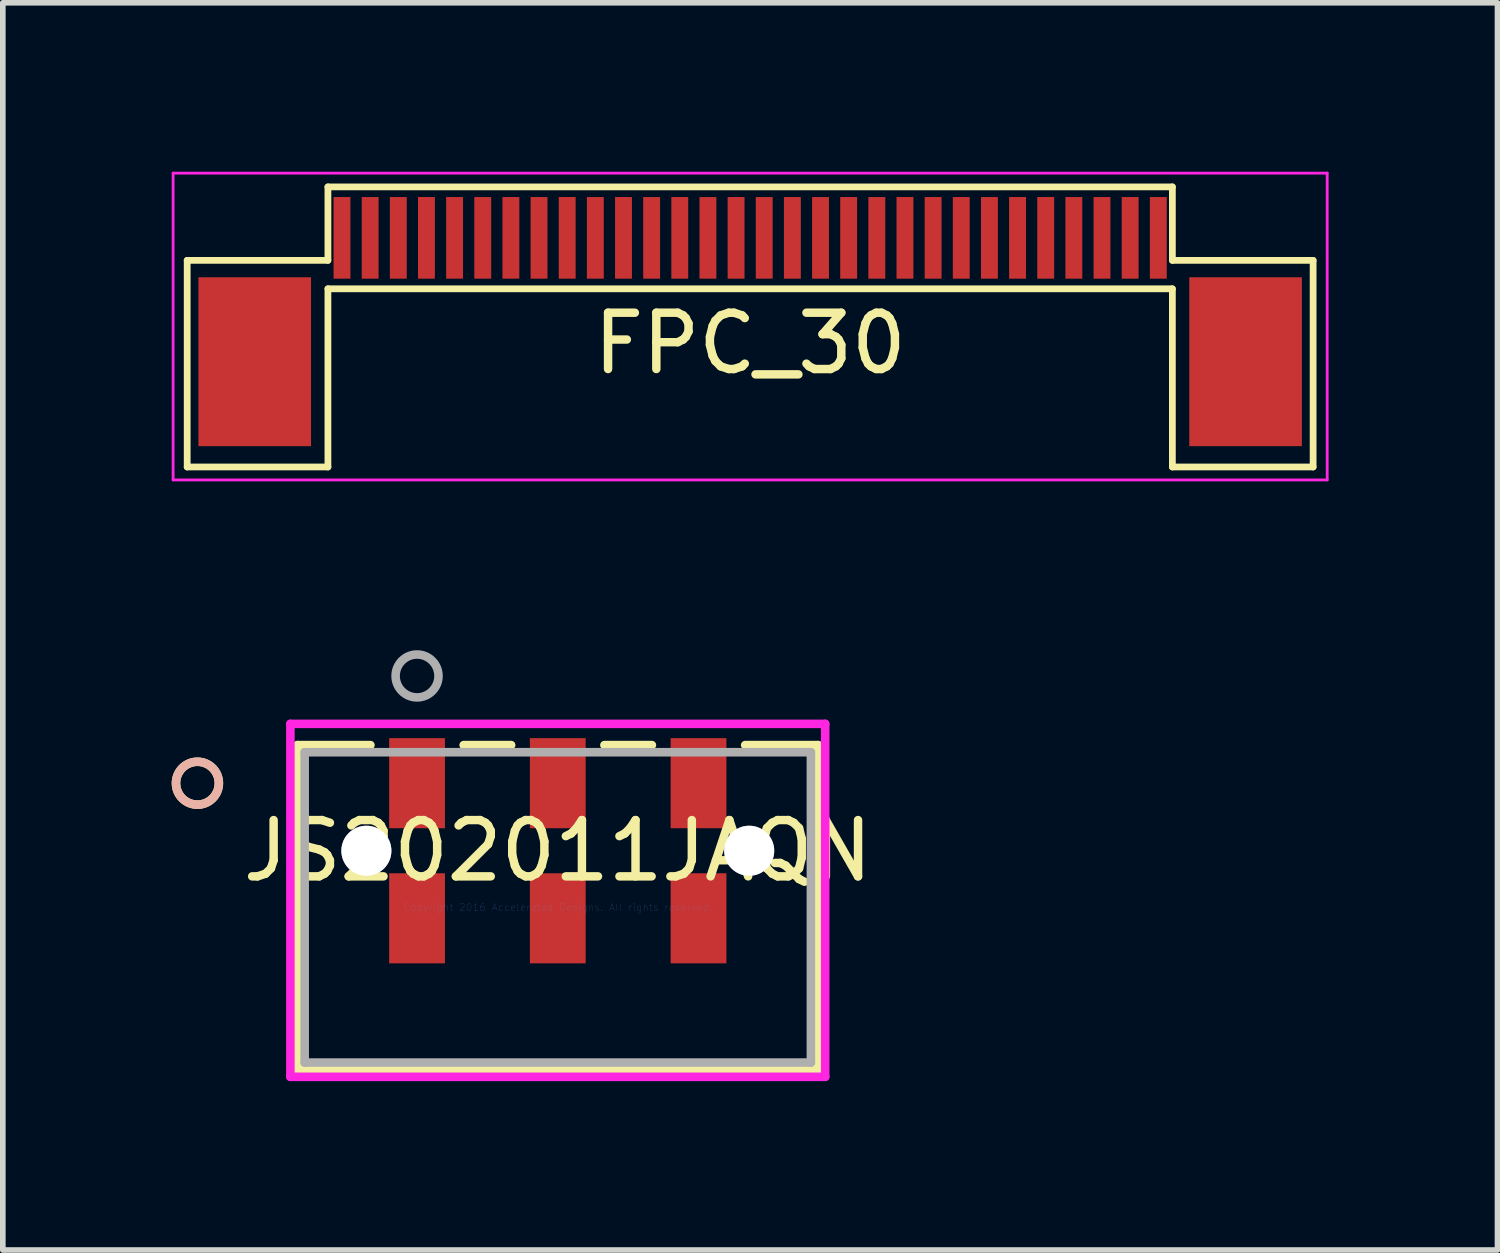
<source format=kicad_pcb>
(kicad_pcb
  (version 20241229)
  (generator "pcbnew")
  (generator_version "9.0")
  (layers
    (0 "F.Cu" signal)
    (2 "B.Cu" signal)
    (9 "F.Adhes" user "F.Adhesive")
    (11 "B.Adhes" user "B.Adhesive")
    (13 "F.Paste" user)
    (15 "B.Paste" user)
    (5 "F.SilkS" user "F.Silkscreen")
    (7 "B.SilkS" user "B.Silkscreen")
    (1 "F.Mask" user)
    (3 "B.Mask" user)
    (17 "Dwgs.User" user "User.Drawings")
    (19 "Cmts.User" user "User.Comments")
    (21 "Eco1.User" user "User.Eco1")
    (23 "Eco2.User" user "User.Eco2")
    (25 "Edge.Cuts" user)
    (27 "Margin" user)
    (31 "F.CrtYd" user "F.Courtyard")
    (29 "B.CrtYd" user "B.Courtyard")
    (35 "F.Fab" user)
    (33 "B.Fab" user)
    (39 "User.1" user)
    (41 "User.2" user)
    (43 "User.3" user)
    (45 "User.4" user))
  (footprint "JS202011JAQN"
    (layer "F.Cu")
    (at 6.858 13.068)
    (property "Reference" "JS202011JAQN" (at 0 -1.006 0) (layer "F.SilkS") (effects (font (size 1 1) (thickness 0.15))))
    (attr through_hole)
    (fp_line (start -4.623 -2.883) (end -4.623 2.883) (stroke (width 0.152) (type solid)) (layer "F.SilkS"))
    (fp_line (start -4.623 2.883) (end 4.623 2.883) (stroke (width 0.152) (type solid)) (layer "F.SilkS"))
    (fp_line (start -3.328 -2.883) (end -4.623 -2.883) (stroke (width 0.152) (type solid)) (layer "F.SilkS"))
    (fp_line (start -0.828 -2.883) (end -1.672 -2.883) (stroke (width 0.152) (type solid)) (layer "F.SilkS"))
    (fp_line (start 1.672 -2.883) (end 0.828 -2.883) (stroke (width 0.152) (type solid)) (layer "F.SilkS"))
    (fp_line (start 4.623 -2.883) (end 3.328 -2.883) (stroke (width 0.152) (type solid)) (layer "F.SilkS"))
    (fp_line (start 4.623 2.883) (end 4.623 -2.883) (stroke (width 0.152) (type solid)) (layer "F.SilkS"))
    (fp_circle (center -6.401 -2.206) (end -6.02 -2.206) (stroke (width 0.152) (type solid)) (fill no) (layer "F.SilkS"))
    (fp_circle (center -6.401 -2.206) (end -6.02 -2.206) (stroke (width 0.152) (type solid)) (fill no) (layer "B.SilkS"))
    (fp_line (start -4.75 -3.26) (end -4.75 3.01) (stroke (width 0.152) (type solid)) (layer "F.CrtYd"))
    (fp_line (start -4.75 3.01) (end 4.75 3.01) (stroke (width 0.152) (type solid)) (layer "F.CrtYd"))
    (fp_line (start 4.75 -3.26) (end -4.75 -3.26) (stroke (width 0.152) (type solid)) (layer "F.CrtYd"))
    (fp_line (start 4.75 3.01) (end 4.75 -3.26) (stroke (width 0.152) (type solid)) (layer "F.CrtYd"))
    (fp_line (start -4.496 -2.756) (end -4.496 2.756) (stroke (width 0.152) (type solid)) (layer "F.Fab"))
    (fp_line (start -4.496 2.756) (end 4.496 2.756) (stroke (width 0.152) (type solid)) (layer "F.Fab"))
    (fp_line (start 4.496 -2.756) (end -4.496 -2.756) (stroke (width 0.152) (type solid)) (layer "F.Fab"))
    (fp_line (start 4.496 2.756) (end 4.496 -2.756) (stroke (width 0.152) (type solid)) (layer "F.Fab"))
    (fp_circle (center -2.5 -4.111) (end -2.119 -4.111) (stroke (width 0.152) (type solid)) (fill no) (layer "F.Fab"))
    (fp_text user "Copyright 2016 Accelerated Designs. All rights reserved." (at 0 0 0) (layer "Cmts.User") (effects (font (size 0.127 0.127) (thickness 0.002))))
    (pad "1" smd rect (at -2.5 -2.206) (size 0.991 1.6) (layers "F.Cu" "F.Mask" "F.Paste"))
    (pad "2" smd rect (at 0 -2.206) (size 0.991 1.6) (layers "F.Cu" "F.Mask" "F.Paste"))
    (pad "3" smd rect (at 2.5 -2.206) (size 0.991 1.6) (layers "F.Cu" "F.Mask" "F.Paste"))
    (pad "5" smd rect (at -2.5 0.194) (size 0.991 1.6) (layers "F.Cu" "F.Mask" "F.Paste"))
    (pad "6" smd rect (at 0 0.194) (size 0.991 1.6) (layers "F.Cu" "F.Mask" "F.Paste"))
    (pad "7" smd rect (at 2.5 0.194) (size 0.991 1.6) (layers "F.Cu" "F.Mask" "F.Paste"))
    (pad "M1" thru_hole circle (at -3.4 -1.006) (size 0.889 0.889) (drill 0.889) (layers "*.Cu" "*.Mask"))
    (pad "M2" thru_hole circle (at 3.4 -1.006) (size 0.889 0.889) (drill 0.889) (layers "*.Cu" "*.Mask")))
  (footprint "FPC_30"
    (layer "F.Cu")
    (at 10.275 1.175)
    (property "Reference" "FPC_30" (at 0 1.875 0) (layer "F.SilkS") (effects (font (size 1 1) (thickness 0.15))))
    (attr smd)
    (fp_line (start -10 0.4) (end -7.5 0.4) (stroke (width 0.12) (type default)) (layer "F.SilkS"))
    (fp_line (start -10 4.07) (end -10 0.4) (stroke (width 0.12) (type default)) (layer "F.SilkS"))
    (fp_line (start -7.5 -0.905) (end 7.5 -0.905) (stroke (width 0.12) (type default)) (layer "F.SilkS"))
    (fp_line (start -7.5 0.4) (end -7.5 -0.905) (stroke (width 0.12) (type default)) (layer "F.SilkS"))
    (fp_line (start -7.5 0.905) (end -7.5 4.07) (stroke (width 0.12) (type default)) (layer "F.SilkS"))
    (fp_line (start -7.5 0.905) (end 7.5 0.905) (stroke (width 0.12) (type default)) (layer "F.SilkS"))
    (fp_line (start -7.5 4.07) (end -10 4.07) (stroke (width 0.12) (type default)) (layer "F.SilkS"))
    (fp_line (start 7.5 0.4) (end 7.5 -0.905) (stroke (width 0.12) (type default)) (layer "F.SilkS"))
    (fp_line (start 7.5 0.905) (end 7.5 4.07) (stroke (width 0.12) (type default)) (layer "F.SilkS"))
    (fp_line (start 7.5 4.07) (end 10 4.07) (stroke (width 0.12) (type default)) (layer "F.SilkS"))
    (fp_line (start 10 0.4) (end 7.5 0.4) (stroke (width 0.12) (type default)) (layer "F.SilkS"))
    (fp_line (start 10 4.07) (end 10 0.4) (stroke (width 0.12) (type default)) (layer "F.SilkS"))
    (fp_line (start -10.25 -1.15) (end -10.25 4.3) (stroke (width 0.05) (type default)) (layer "F.CrtYd"))
    (fp_line (start -10.25 -1.15) (end 10.25 -1.15) (stroke (width 0.05) (type default)) (layer "F.CrtYd"))
    (fp_line (start -10.25 4.3) (end 10.25 4.3) (stroke (width 0.05) (type default)) (layer "F.CrtYd"))
    (fp_line (start 10.25 -1.15) (end 10.25 4.3) (stroke (width 0.05) (type default)) (layer "F.CrtYd"))
    (pad "0" smd rect (at -8.8 2.2) (size 2 3) (layers "F.Cu" "F.Mask" "F.Paste"))
    (pad "0" smd rect (at 8.8 2.2) (size 2 3) (layers "F.Cu" "F.Mask" "F.Paste"))
    (pad "1" smd rect (at -7.25 0) (size 0.3 1.45) (layers "F.Cu" "F.Mask" "F.Paste"))
    (pad "2" smd rect (at -6.75 0) (size 0.3 1.45) (layers "F.Cu" "F.Mask" "F.Paste"))
    (pad "3" smd rect (at -6.25 0) (size 0.3 1.45) (layers "F.Cu" "F.Mask" "F.Paste"))
    (pad "4" smd rect (at -5.75 0) (size 0.3 1.45) (layers "F.Cu" "F.Mask" "F.Paste"))
    (pad "5" smd rect (at -5.25 0) (size 0.3 1.45) (layers "F.Cu" "F.Mask" "F.Paste"))
    (pad "6" smd rect (at -4.75 0) (size 0.3 1.45) (layers "F.Cu" "F.Mask" "F.Paste"))
    (pad "7" smd rect (at -4.25 0) (size 0.3 1.45) (layers "F.Cu" "F.Mask" "F.Paste"))
    (pad "8" smd rect (at -3.75 0) (size 0.3 1.45) (layers "F.Cu" "F.Mask" "F.Paste"))
    (pad "9" smd rect (at -3.25 0) (size 0.3 1.45) (layers "F.Cu" "F.Mask" "F.Paste"))
    (pad "10" smd rect (at -2.75 0) (size 0.3 1.45) (layers "F.Cu" "F.Mask" "F.Paste"))
    (pad "11" smd rect (at -2.25 0) (size 0.3 1.45) (layers "F.Cu" "F.Mask" "F.Paste"))
    (pad "12" smd rect (at -1.75 0) (size 0.3 1.45) (layers "F.Cu" "F.Mask" "F.Paste"))
    (pad "13" smd rect (at -1.25 0) (size 0.3 1.45) (layers "F.Cu" "F.Mask" "F.Paste"))
    (pad "14" smd rect (at -0.75 0) (size 0.3 1.45) (layers "F.Cu" "F.Mask" "F.Paste"))
    (pad "15" smd rect (at -0.25 0) (size 0.3 1.45) (layers "F.Cu" "F.Mask" "F.Paste"))
    (pad "16" smd rect (at 0.25 0) (size 0.3 1.45) (layers "F.Cu" "F.Mask" "F.Paste"))
    (pad "17" smd rect (at 0.75 0) (size 0.3 1.45) (layers "F.Cu" "F.Mask" "F.Paste"))
    (pad "18" smd rect (at 1.25 0) (size 0.3 1.45) (layers "F.Cu" "F.Mask" "F.Paste"))
    (pad "19" smd rect (at 1.75 0) (size 0.3 1.45) (layers "F.Cu" "F.Mask" "F.Paste"))
    (pad "20" smd rect (at 2.25 0) (size 0.3 1.45) (layers "F.Cu" "F.Mask" "F.Paste"))
    (pad "21" smd rect (at 2.75 0) (size 0.3 1.45) (layers "F.Cu" "F.Mask" "F.Paste"))
    (pad "22" smd rect (at 3.25 0) (size 0.3 1.45) (layers "F.Cu" "F.Mask" "F.Paste"))
    (pad "23" smd rect (at 3.75 0) (size 0.3 1.45) (layers "F.Cu" "F.Mask" "F.Paste"))
    (pad "24" smd rect (at 4.25 0) (size 0.3 1.45) (layers "F.Cu" "F.Mask" "F.Paste"))
    (pad "25" smd rect (at 4.75 0) (size 0.3 1.45) (layers "F.Cu" "F.Mask" "F.Paste"))
    (pad "26" smd rect (at 5.25 0) (size 0.3 1.45) (layers "F.Cu" "F.Mask" "F.Paste"))
    (pad "27" smd rect (at 5.75 0) (size 0.3 1.45) (layers "F.Cu" "F.Mask" "F.Paste"))
    (pad "28" smd rect (at 6.25 0) (size 0.3 1.45) (layers "F.Cu" "F.Mask" "F.Paste"))
    (pad "29" smd rect (at 6.75 0) (size 0.3 1.45) (layers "F.Cu" "F.Mask" "F.Paste"))
    (pad "30" smd rect (at 7.25 0) (size 0.3 1.45) (layers "F.Cu" "F.Mask" "F.Paste")))
  (gr_rect
    (start -3 -3)
    (end 23.55 19.154)
    (stroke (width 0.1) (type default))
    (fill no)
    (layer "Edge.Cuts")))
</source>
